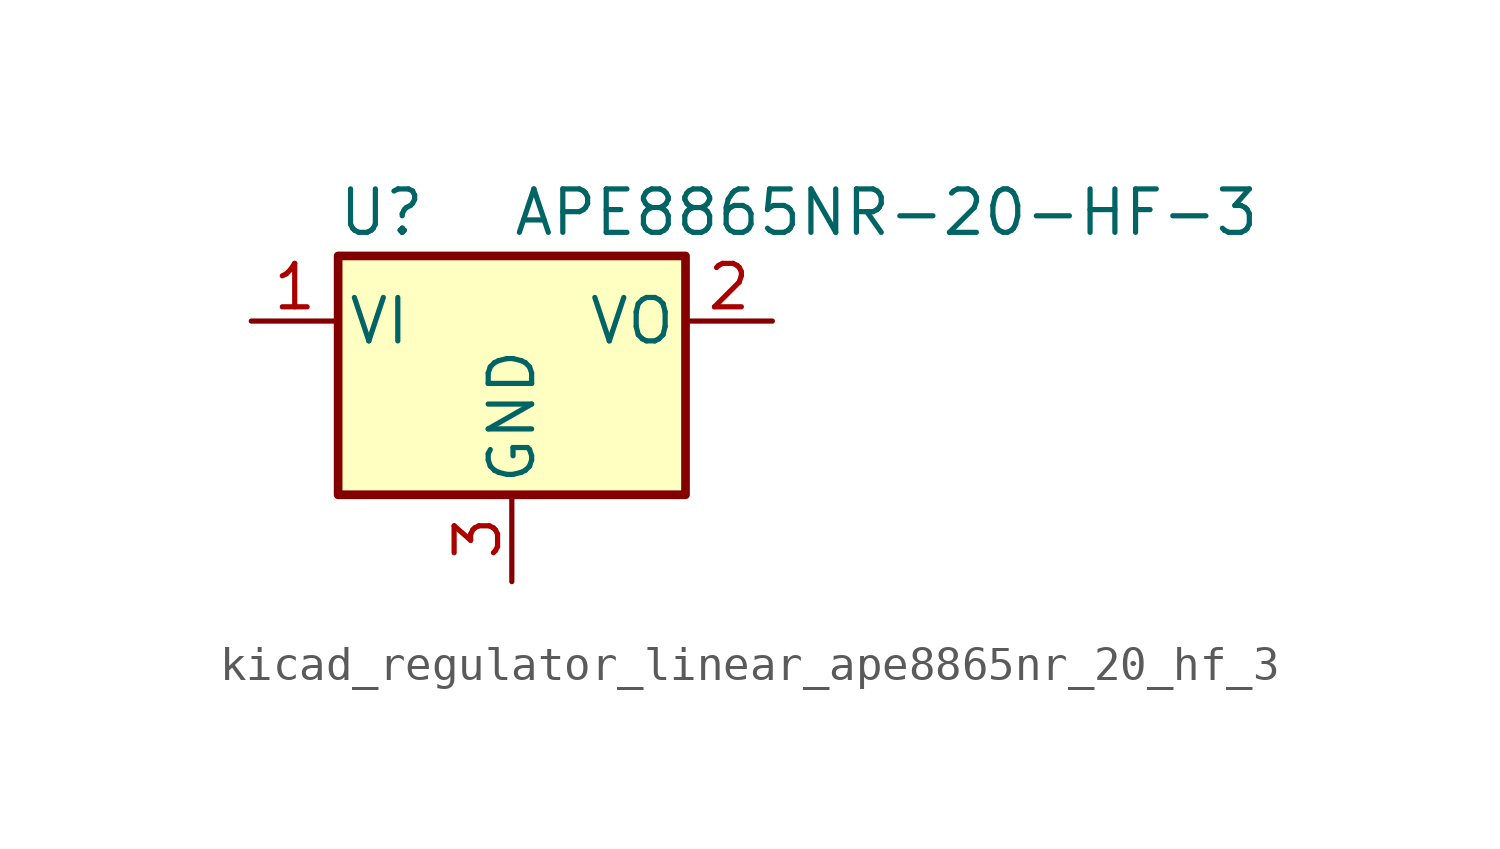
<source format=kicad_sym>
(kicad_symbol_lib
  (version 20220914)
  (generator kicad_symbol_editor)
  (symbol "kicad_regulator_linear_ape8865nr_20_hf_3"
    (pin_names
      (offset 0.254))
    (property "Reference" "U"
      (at -3.81 3.175 0)
      (effects (font (size 1.27 1.27))))
    (property "Value" "APE8865NR-20-HF-3"
      (at 0 3.175 0)
      (effects (font (size 1.27 1.27)) (justify left)))
    (symbol "kicad_regulator_linear_ape8865nr_20_hf_3_0_1"
      (rectangle (start -5.08 1.905) (end 5.08 -5.08) (stroke (width 0.254) (type default)) (fill (type background))))
    (symbol "kicad_regulator_linear_ape8865nr_20_hf_3_1_1"
      (pin power_in line (at -7.62 0 0) (length 2.54) (name "VI" (effects (font (size 1.27 1.27)))) (number "1" (effects (font (size 1.27 1.27)))))
      (pin power_out line (at 7.62 0 180) (length 2.54) (name "VO" (effects (font (size 1.27 1.27)))) (number "2" (effects (font (size 1.27 1.27)))))
      (pin power_in line (at 0 -7.62 90) (length 2.54) (name "GND" (effects (font (size 1.27 1.27)))) (number "3" (effects (font (size 1.27 1.27))))))))
</source>
